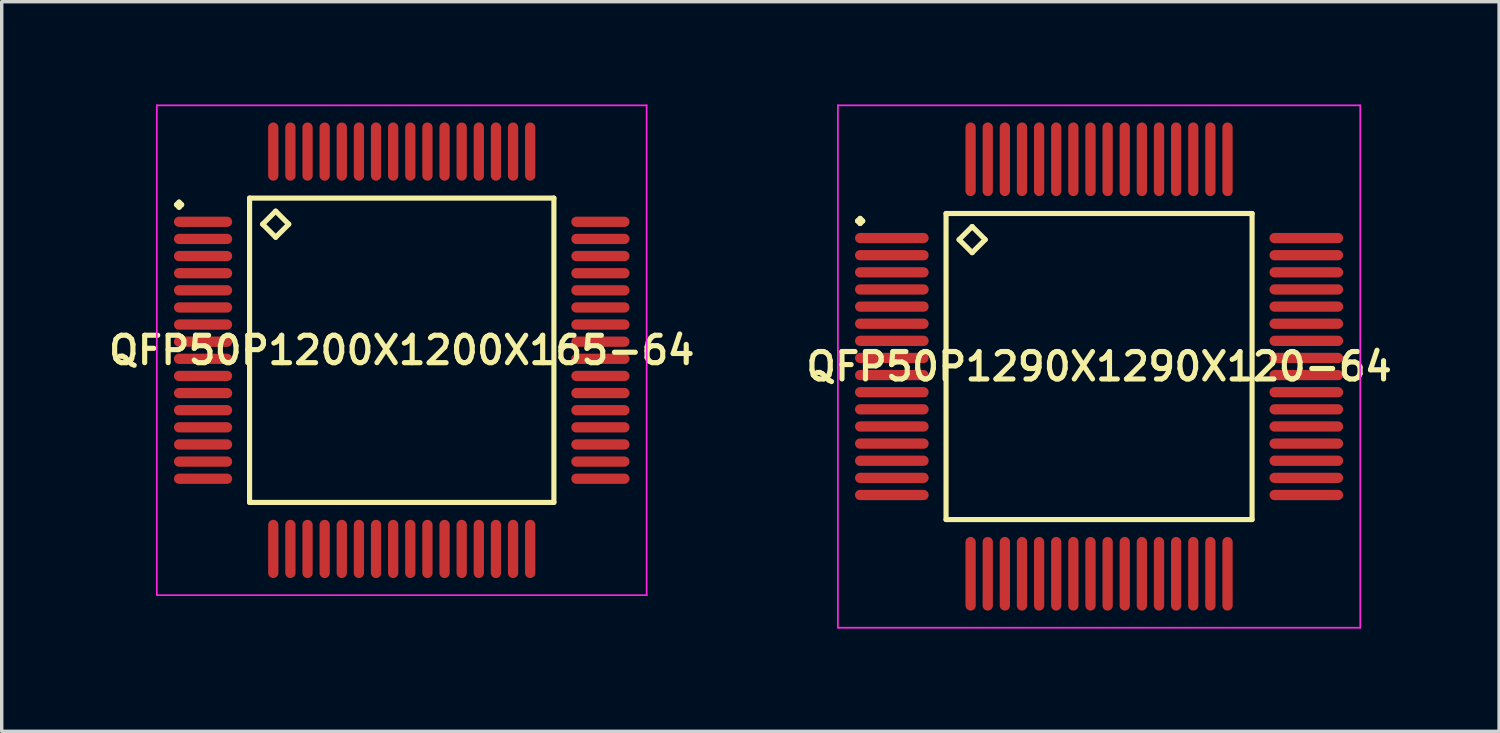
<source format=kicad_pcb>
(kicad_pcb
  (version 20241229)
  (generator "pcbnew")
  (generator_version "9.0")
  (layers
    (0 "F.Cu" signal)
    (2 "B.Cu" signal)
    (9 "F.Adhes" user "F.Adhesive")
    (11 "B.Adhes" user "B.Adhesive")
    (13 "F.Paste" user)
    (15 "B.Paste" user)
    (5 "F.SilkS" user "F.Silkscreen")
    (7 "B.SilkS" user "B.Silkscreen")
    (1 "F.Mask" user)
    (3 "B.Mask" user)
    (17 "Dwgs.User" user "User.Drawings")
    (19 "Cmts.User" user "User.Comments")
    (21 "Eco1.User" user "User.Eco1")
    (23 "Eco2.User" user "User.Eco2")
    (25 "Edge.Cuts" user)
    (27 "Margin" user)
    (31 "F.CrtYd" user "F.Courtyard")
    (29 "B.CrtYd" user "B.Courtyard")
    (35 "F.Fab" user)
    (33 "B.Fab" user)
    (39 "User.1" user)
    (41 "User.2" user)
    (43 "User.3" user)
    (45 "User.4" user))
  (footprint "QFP50P1290X1290X120-64"
    (layer "F.Cu")
    (at 29.035 7.65)
    (property "Reference" "QFP50P1290X1290X120-64" (at 0 0 0) (layer "F.SilkS") (effects (font (size 0.8 0.8) (thickness 0.15))))
    (attr smd)
    (fp_line (start -7.05 -4.25) (end -6.975 -4.325) (stroke (width 0.15) (type solid)) (layer "F.SilkS"))
    (fp_line (start -6.975 -4.325) (end -6.9 -4.25) (stroke (width 0.15) (type solid)) (layer "F.SilkS"))
    (fp_line (start -6.975 -4.175) (end -7.05 -4.25) (stroke (width 0.15) (type solid)) (layer "F.SilkS"))
    (fp_line (start -6.9 -4.25) (end -6.975 -4.175) (stroke (width 0.15) (type solid)) (layer "F.SilkS"))
    (fp_line (start -4.467 -4.467) (end -4.467 4.467) (stroke (width 0.15) (type solid)) (layer "F.SilkS"))
    (fp_line (start -4.467 4.467) (end 4.467 4.467) (stroke (width 0.15) (type solid)) (layer "F.SilkS"))
    (fp_line (start -4.086 -3.705) (end -3.705 -4.086) (stroke (width 0.15) (type solid)) (layer "F.SilkS"))
    (fp_line (start -3.705 -4.086) (end -3.324 -3.705) (stroke (width 0.15) (type solid)) (layer "F.SilkS"))
    (fp_line (start -3.705 -3.324) (end -4.086 -3.705) (stroke (width 0.15) (type solid)) (layer "F.SilkS"))
    (fp_line (start -3.324 -3.705) (end -3.705 -3.324) (stroke (width 0.15) (type solid)) (layer "F.SilkS"))
    (fp_line (start 4.467 -4.467) (end -4.467 -4.467) (stroke (width 0.15) (type solid)) (layer "F.SilkS"))
    (fp_line (start 4.467 4.467) (end 4.467 -4.467) (stroke (width 0.15) (type solid)) (layer "F.SilkS"))
    (fp_line (start -7.625 -7.625) (end 7.625 -7.625) (stroke (width 0.05) (type solid)) (layer "F.CrtYd"))
    (fp_line (start -7.625 7.625) (end -7.625 -7.625) (stroke (width 0.05) (type solid)) (layer "F.CrtYd"))
    (fp_line (start 7.625 -7.625) (end 7.625 7.625) (stroke (width 0.05) (type solid)) (layer "F.CrtYd"))
    (fp_line (start 7.625 7.625) (end -7.625 7.625) (stroke (width 0.05) (type solid)) (layer "F.CrtYd"))
    (pad "1" smd oval (at -6.05 -3.75) (size 2.15 0.3) (layers "F.Cu" "F.Mask" "F.Paste"))
    (pad "2" smd oval (at -6.05 -3.25) (size 2.15 0.3) (layers "F.Cu" "F.Mask" "F.Paste"))
    (pad "3" smd oval (at -6.05 -2.75) (size 2.15 0.3) (layers "F.Cu" "F.Mask" "F.Paste"))
    (pad "4" smd oval (at -6.05 -2.25) (size 2.15 0.3) (layers "F.Cu" "F.Mask" "F.Paste"))
    (pad "5" smd oval (at -6.05 -1.75) (size 2.15 0.3) (layers "F.Cu" "F.Mask" "F.Paste"))
    (pad "6" smd oval (at -6.05 -1.25) (size 2.15 0.3) (layers "F.Cu" "F.Mask" "F.Paste"))
    (pad "7" smd oval (at -6.05 -0.75) (size 2.15 0.3) (layers "F.Cu" "F.Mask" "F.Paste"))
    (pad "8" smd oval (at -6.05 -0.25) (size 2.15 0.3) (layers "F.Cu" "F.Mask" "F.Paste"))
    (pad "9" smd oval (at -6.05 0.25) (size 2.15 0.3) (layers "F.Cu" "F.Mask" "F.Paste"))
    (pad "10" smd oval (at -6.05 0.75) (size 2.15 0.3) (layers "F.Cu" "F.Mask" "F.Paste"))
    (pad "11" smd oval (at -6.05 1.25) (size 2.15 0.3) (layers "F.Cu" "F.Mask" "F.Paste"))
    (pad "12" smd oval (at -6.05 1.75) (size 2.15 0.3) (layers "F.Cu" "F.Mask" "F.Paste"))
    (pad "13" smd oval (at -6.05 2.25) (size 2.15 0.3) (layers "F.Cu" "F.Mask" "F.Paste"))
    (pad "14" smd oval (at -6.05 2.75) (size 2.15 0.3) (layers "F.Cu" "F.Mask" "F.Paste"))
    (pad "15" smd oval (at -6.05 3.25) (size 2.15 0.3) (layers "F.Cu" "F.Mask" "F.Paste"))
    (pad "16" smd oval (at -6.05 3.75) (size 2.15 0.3) (layers "F.Cu" "F.Mask" "F.Paste"))
    (pad "17" smd oval (at -3.75 6.05) (size 0.3 2.15) (layers "F.Cu" "F.Mask" "F.Paste"))
    (pad "18" smd oval (at -3.25 6.05) (size 0.3 2.15) (layers "F.Cu" "F.Mask" "F.Paste"))
    (pad "19" smd oval (at -2.75 6.05) (size 0.3 2.15) (layers "F.Cu" "F.Mask" "F.Paste"))
    (pad "20" smd oval (at -2.25 6.05) (size 0.3 2.15) (layers "F.Cu" "F.Mask" "F.Paste"))
    (pad "21" smd oval (at -1.75 6.05) (size 0.3 2.15) (layers "F.Cu" "F.Mask" "F.Paste"))
    (pad "22" smd oval (at -1.25 6.05) (size 0.3 2.15) (layers "F.Cu" "F.Mask" "F.Paste"))
    (pad "23" smd oval (at -0.75 6.05) (size 0.3 2.15) (layers "F.Cu" "F.Mask" "F.Paste"))
    (pad "24" smd oval (at -0.25 6.05) (size 0.3 2.15) (layers "F.Cu" "F.Mask" "F.Paste"))
    (pad "25" smd oval (at 0.25 6.05) (size 0.3 2.15) (layers "F.Cu" "F.Mask" "F.Paste"))
    (pad "26" smd oval (at 0.75 6.05) (size 0.3 2.15) (layers "F.Cu" "F.Mask" "F.Paste"))
    (pad "27" smd oval (at 1.25 6.05) (size 0.3 2.15) (layers "F.Cu" "F.Mask" "F.Paste"))
    (pad "28" smd oval (at 1.75 6.05) (size 0.3 2.15) (layers "F.Cu" "F.Mask" "F.Paste"))
    (pad "29" smd oval (at 2.25 6.05) (size 0.3 2.15) (layers "F.Cu" "F.Mask" "F.Paste"))
    (pad "30" smd oval (at 2.75 6.05) (size 0.3 2.15) (layers "F.Cu" "F.Mask" "F.Paste"))
    (pad "31" smd oval (at 3.25 6.05) (size 0.3 2.15) (layers "F.Cu" "F.Mask" "F.Paste"))
    (pad "32" smd oval (at 3.75 6.05) (size 0.3 2.15) (layers "F.Cu" "F.Mask" "F.Paste"))
    (pad "33" smd oval (at 6.05 3.75) (size 2.15 0.3) (layers "F.Cu" "F.Mask" "F.Paste"))
    (pad "34" smd oval (at 6.05 3.25) (size 2.15 0.3) (layers "F.Cu" "F.Mask" "F.Paste"))
    (pad "35" smd oval (at 6.05 2.75) (size 2.15 0.3) (layers "F.Cu" "F.Mask" "F.Paste"))
    (pad "36" smd oval (at 6.05 2.25) (size 2.15 0.3) (layers "F.Cu" "F.Mask" "F.Paste"))
    (pad "37" smd oval (at 6.05 1.75) (size 2.15 0.3) (layers "F.Cu" "F.Mask" "F.Paste"))
    (pad "38" smd oval (at 6.05 1.25) (size 2.15 0.3) (layers "F.Cu" "F.Mask" "F.Paste"))
    (pad "39" smd oval (at 6.05 0.75) (size 2.15 0.3) (layers "F.Cu" "F.Mask" "F.Paste"))
    (pad "40" smd oval (at 6.05 0.25) (size 2.15 0.3) (layers "F.Cu" "F.Mask" "F.Paste"))
    (pad "41" smd oval (at 6.05 -0.25) (size 2.15 0.3) (layers "F.Cu" "F.Mask" "F.Paste"))
    (pad "42" smd oval (at 6.05 -0.75) (size 2.15 0.3) (layers "F.Cu" "F.Mask" "F.Paste"))
    (pad "43" smd oval (at 6.05 -1.25) (size 2.15 0.3) (layers "F.Cu" "F.Mask" "F.Paste"))
    (pad "44" smd oval (at 6.05 -1.75) (size 2.15 0.3) (layers "F.Cu" "F.Mask" "F.Paste"))
    (pad "45" smd oval (at 6.05 -2.25) (size 2.15 0.3) (layers "F.Cu" "F.Mask" "F.Paste"))
    (pad "46" smd oval (at 6.05 -2.75) (size 2.15 0.3) (layers "F.Cu" "F.Mask" "F.Paste"))
    (pad "47" smd oval (at 6.05 -3.25) (size 2.15 0.3) (layers "F.Cu" "F.Mask" "F.Paste"))
    (pad "48" smd oval (at 6.05 -3.75) (size 2.15 0.3) (layers "F.Cu" "F.Mask" "F.Paste"))
    (pad "49" smd oval (at 3.75 -6.05) (size 0.3 2.15) (layers "F.Cu" "F.Mask" "F.Paste"))
    (pad "50" smd oval (at 3.25 -6.05) (size 0.3 2.15) (layers "F.Cu" "F.Mask" "F.Paste"))
    (pad "51" smd oval (at 2.75 -6.05) (size 0.3 2.15) (layers "F.Cu" "F.Mask" "F.Paste"))
    (pad "52" smd oval (at 2.25 -6.05) (size 0.3 2.15) (layers "F.Cu" "F.Mask" "F.Paste"))
    (pad "53" smd oval (at 1.75 -6.05) (size 0.3 2.15) (layers "F.Cu" "F.Mask" "F.Paste"))
    (pad "54" smd oval (at 1.25 -6.05) (size 0.3 2.15) (layers "F.Cu" "F.Mask" "F.Paste"))
    (pad "55" smd oval (at 0.75 -6.05) (size 0.3 2.15) (layers "F.Cu" "F.Mask" "F.Paste"))
    (pad "56" smd oval (at 0.25 -6.05) (size 0.3 2.15) (layers "F.Cu" "F.Mask" "F.Paste"))
    (pad "57" smd oval (at -0.25 -6.05) (size 0.3 2.15) (layers "F.Cu" "F.Mask" "F.Paste"))
    (pad "58" smd oval (at -0.75 -6.05) (size 0.3 2.15) (layers "F.Cu" "F.Mask" "F.Paste"))
    (pad "59" smd oval (at -1.25 -6.05) (size 0.3 2.15) (layers "F.Cu" "F.Mask" "F.Paste"))
    (pad "60" smd oval (at -1.75 -6.05) (size 0.3 2.15) (layers "F.Cu" "F.Mask" "F.Paste"))
    (pad "61" smd oval (at -2.25 -6.05) (size 0.3 2.15) (layers "F.Cu" "F.Mask" "F.Paste"))
    (pad "62" smd oval (at -2.75 -6.05) (size 0.3 2.15) (layers "F.Cu" "F.Mask" "F.Paste"))
    (pad "63" smd oval (at -3.25 -6.05) (size 0.3 2.15) (layers "F.Cu" "F.Mask" "F.Paste"))
    (pad "64" smd oval (at -3.75 -6.05) (size 0.3 2.15) (layers "F.Cu" "F.Mask" "F.Paste")))
  (footprint "QFP50P1200X1200X165-64"
    (layer "F.Cu")
    (at 8.678 7.175)
    (property "Reference" "QFP50P1200X1200X165-64" (at 0 0 0) (layer "F.SilkS") (effects (font (size 0.8 0.8) (thickness 0.15))))
    (attr smd)
    (fp_line (start -6.575 -4.25) (end -6.5 -4.325) (stroke (width 0.15) (type solid)) (layer "F.SilkS"))
    (fp_line (start -6.5 -4.325) (end -6.425 -4.25) (stroke (width 0.15) (type solid)) (layer "F.SilkS"))
    (fp_line (start -6.5 -4.175) (end -6.575 -4.25) (stroke (width 0.15) (type solid)) (layer "F.SilkS"))
    (fp_line (start -6.425 -4.25) (end -6.5 -4.175) (stroke (width 0.15) (type solid)) (layer "F.SilkS"))
    (fp_line (start -4.442 -4.442) (end -4.442 4.442) (stroke (width 0.15) (type solid)) (layer "F.SilkS"))
    (fp_line (start -4.442 4.442) (end 4.442 4.442) (stroke (width 0.15) (type solid)) (layer "F.SilkS"))
    (fp_line (start -4.061 -3.68) (end -3.68 -4.061) (stroke (width 0.15) (type solid)) (layer "F.SilkS"))
    (fp_line (start -3.68 -4.061) (end -3.299 -3.68) (stroke (width 0.15) (type solid)) (layer "F.SilkS"))
    (fp_line (start -3.68 -3.299) (end -4.061 -3.68) (stroke (width 0.15) (type solid)) (layer "F.SilkS"))
    (fp_line (start -3.299 -3.68) (end -3.68 -3.299) (stroke (width 0.15) (type solid)) (layer "F.SilkS"))
    (fp_line (start 4.442 -4.442) (end -4.442 -4.442) (stroke (width 0.15) (type solid)) (layer "F.SilkS"))
    (fp_line (start 4.442 4.442) (end 4.442 -4.442) (stroke (width 0.15) (type solid)) (layer "F.SilkS"))
    (fp_line (start -7.15 -7.15) (end 7.15 -7.15) (stroke (width 0.05) (type solid)) (layer "F.CrtYd"))
    (fp_line (start -7.15 7.15) (end -7.15 -7.15) (stroke (width 0.05) (type solid)) (layer "F.CrtYd"))
    (fp_line (start 7.15 -7.15) (end 7.15 7.15) (stroke (width 0.05) (type solid)) (layer "F.CrtYd"))
    (fp_line (start 7.15 7.15) (end -7.15 7.15) (stroke (width 0.05) (type solid)) (layer "F.CrtYd"))
    (pad "1" smd oval (at -5.8 -3.75) (size 1.7 0.3) (layers "F.Cu" "F.Mask" "F.Paste"))
    (pad "2" smd oval (at -5.8 -3.25) (size 1.7 0.3) (layers "F.Cu" "F.Mask" "F.Paste"))
    (pad "3" smd oval (at -5.8 -2.75) (size 1.7 0.3) (layers "F.Cu" "F.Mask" "F.Paste"))
    (pad "4" smd oval (at -5.8 -2.25) (size 1.7 0.3) (layers "F.Cu" "F.Mask" "F.Paste"))
    (pad "5" smd oval (at -5.8 -1.75) (size 1.7 0.3) (layers "F.Cu" "F.Mask" "F.Paste"))
    (pad "6" smd oval (at -5.8 -1.25) (size 1.7 0.3) (layers "F.Cu" "F.Mask" "F.Paste"))
    (pad "7" smd oval (at -5.8 -0.75) (size 1.7 0.3) (layers "F.Cu" "F.Mask" "F.Paste"))
    (pad "8" smd oval (at -5.8 -0.25) (size 1.7 0.3) (layers "F.Cu" "F.Mask" "F.Paste"))
    (pad "9" smd oval (at -5.8 0.25) (size 1.7 0.3) (layers "F.Cu" "F.Mask" "F.Paste"))
    (pad "10" smd oval (at -5.8 0.75) (size 1.7 0.3) (layers "F.Cu" "F.Mask" "F.Paste"))
    (pad "11" smd oval (at -5.8 1.25) (size 1.7 0.3) (layers "F.Cu" "F.Mask" "F.Paste"))
    (pad "12" smd oval (at -5.8 1.75) (size 1.7 0.3) (layers "F.Cu" "F.Mask" "F.Paste"))
    (pad "13" smd oval (at -5.8 2.25) (size 1.7 0.3) (layers "F.Cu" "F.Mask" "F.Paste"))
    (pad "14" smd oval (at -5.8 2.75) (size 1.7 0.3) (layers "F.Cu" "F.Mask" "F.Paste"))
    (pad "15" smd oval (at -5.8 3.25) (size 1.7 0.3) (layers "F.Cu" "F.Mask" "F.Paste"))
    (pad "16" smd oval (at -5.8 3.75) (size 1.7 0.3) (layers "F.Cu" "F.Mask" "F.Paste"))
    (pad "17" smd oval (at -3.75 5.8) (size 0.3 1.7) (layers "F.Cu" "F.Mask" "F.Paste"))
    (pad "18" smd oval (at -3.25 5.8) (size 0.3 1.7) (layers "F.Cu" "F.Mask" "F.Paste"))
    (pad "19" smd oval (at -2.75 5.8) (size 0.3 1.7) (layers "F.Cu" "F.Mask" "F.Paste"))
    (pad "20" smd oval (at -2.25 5.8) (size 0.3 1.7) (layers "F.Cu" "F.Mask" "F.Paste"))
    (pad "21" smd oval (at -1.75 5.8) (size 0.3 1.7) (layers "F.Cu" "F.Mask" "F.Paste"))
    (pad "22" smd oval (at -1.25 5.8) (size 0.3 1.7) (layers "F.Cu" "F.Mask" "F.Paste"))
    (pad "23" smd oval (at -0.75 5.8) (size 0.3 1.7) (layers "F.Cu" "F.Mask" "F.Paste"))
    (pad "24" smd oval (at -0.25 5.8) (size 0.3 1.7) (layers "F.Cu" "F.Mask" "F.Paste"))
    (pad "25" smd oval (at 0.25 5.8) (size 0.3 1.7) (layers "F.Cu" "F.Mask" "F.Paste"))
    (pad "26" smd oval (at 0.75 5.8) (size 0.3 1.7) (layers "F.Cu" "F.Mask" "F.Paste"))
    (pad "27" smd oval (at 1.25 5.8) (size 0.3 1.7) (layers "F.Cu" "F.Mask" "F.Paste"))
    (pad "28" smd oval (at 1.75 5.8) (size 0.3 1.7) (layers "F.Cu" "F.Mask" "F.Paste"))
    (pad "29" smd oval (at 2.25 5.8) (size 0.3 1.7) (layers "F.Cu" "F.Mask" "F.Paste"))
    (pad "30" smd oval (at 2.75 5.8) (size 0.3 1.7) (layers "F.Cu" "F.Mask" "F.Paste"))
    (pad "31" smd oval (at 3.25 5.8) (size 0.3 1.7) (layers "F.Cu" "F.Mask" "F.Paste"))
    (pad "32" smd oval (at 3.75 5.8) (size 0.3 1.7) (layers "F.Cu" "F.Mask" "F.Paste"))
    (pad "33" smd oval (at 5.8 3.75) (size 1.7 0.3) (layers "F.Cu" "F.Mask" "F.Paste"))
    (pad "34" smd oval (at 5.8 3.25) (size 1.7 0.3) (layers "F.Cu" "F.Mask" "F.Paste"))
    (pad "35" smd oval (at 5.8 2.75) (size 1.7 0.3) (layers "F.Cu" "F.Mask" "F.Paste"))
    (pad "36" smd oval (at 5.8 2.25) (size 1.7 0.3) (layers "F.Cu" "F.Mask" "F.Paste"))
    (pad "37" smd oval (at 5.8 1.75) (size 1.7 0.3) (layers "F.Cu" "F.Mask" "F.Paste"))
    (pad "38" smd oval (at 5.8 1.25) (size 1.7 0.3) (layers "F.Cu" "F.Mask" "F.Paste"))
    (pad "39" smd oval (at 5.8 0.75) (size 1.7 0.3) (layers "F.Cu" "F.Mask" "F.Paste"))
    (pad "40" smd oval (at 5.8 0.25) (size 1.7 0.3) (layers "F.Cu" "F.Mask" "F.Paste"))
    (pad "41" smd oval (at 5.8 -0.25) (size 1.7 0.3) (layers "F.Cu" "F.Mask" "F.Paste"))
    (pad "42" smd oval (at 5.8 -0.75) (size 1.7 0.3) (layers "F.Cu" "F.Mask" "F.Paste"))
    (pad "43" smd oval (at 5.8 -1.25) (size 1.7 0.3) (layers "F.Cu" "F.Mask" "F.Paste"))
    (pad "44" smd oval (at 5.8 -1.75) (size 1.7 0.3) (layers "F.Cu" "F.Mask" "F.Paste"))
    (pad "45" smd oval (at 5.8 -2.25) (size 1.7 0.3) (layers "F.Cu" "F.Mask" "F.Paste"))
    (pad "46" smd oval (at 5.8 -2.75) (size 1.7 0.3) (layers "F.Cu" "F.Mask" "F.Paste"))
    (pad "47" smd oval (at 5.8 -3.25) (size 1.7 0.3) (layers "F.Cu" "F.Mask" "F.Paste"))
    (pad "48" smd oval (at 5.8 -3.75) (size 1.7 0.3) (layers "F.Cu" "F.Mask" "F.Paste"))
    (pad "49" smd oval (at 3.75 -5.8) (size 0.3 1.7) (layers "F.Cu" "F.Mask" "F.Paste"))
    (pad "50" smd oval (at 3.25 -5.8) (size 0.3 1.7) (layers "F.Cu" "F.Mask" "F.Paste"))
    (pad "51" smd oval (at 2.75 -5.8) (size 0.3 1.7) (layers "F.Cu" "F.Mask" "F.Paste"))
    (pad "52" smd oval (at 2.25 -5.8) (size 0.3 1.7) (layers "F.Cu" "F.Mask" "F.Paste"))
    (pad "53" smd oval (at 1.75 -5.8) (size 0.3 1.7) (layers "F.Cu" "F.Mask" "F.Paste"))
    (pad "54" smd oval (at 1.25 -5.8) (size 0.3 1.7) (layers "F.Cu" "F.Mask" "F.Paste"))
    (pad "55" smd oval (at 0.75 -5.8) (size 0.3 1.7) (layers "F.Cu" "F.Mask" "F.Paste"))
    (pad "56" smd oval (at 0.25 -5.8) (size 0.3 1.7) (layers "F.Cu" "F.Mask" "F.Paste"))
    (pad "57" smd oval (at -0.25 -5.8) (size 0.3 1.7) (layers "F.Cu" "F.Mask" "F.Paste"))
    (pad "58" smd oval (at -0.75 -5.8) (size 0.3 1.7) (layers "F.Cu" "F.Mask" "F.Paste"))
    (pad "59" smd oval (at -1.25 -5.8) (size 0.3 1.7) (layers "F.Cu" "F.Mask" "F.Paste"))
    (pad "60" smd oval (at -1.75 -5.8) (size 0.3 1.7) (layers "F.Cu" "F.Mask" "F.Paste"))
    (pad "61" smd oval (at -2.25 -5.8) (size 0.3 1.7) (layers "F.Cu" "F.Mask" "F.Paste"))
    (pad "62" smd oval (at -2.75 -5.8) (size 0.3 1.7) (layers "F.Cu" "F.Mask" "F.Paste"))
    (pad "63" smd oval (at -3.25 -5.8) (size 0.3 1.7) (layers "F.Cu" "F.Mask" "F.Paste"))
    (pad "64" smd oval (at -3.75 -5.8) (size 0.3 1.7) (layers "F.Cu" "F.Mask" "F.Paste")))
  (gr_rect
    (start -3 -3)
    (end 40.713 18.3)
    (stroke (width 0.1) (type default))
    (fill no)
    (layer "Edge.Cuts")))
</source>
